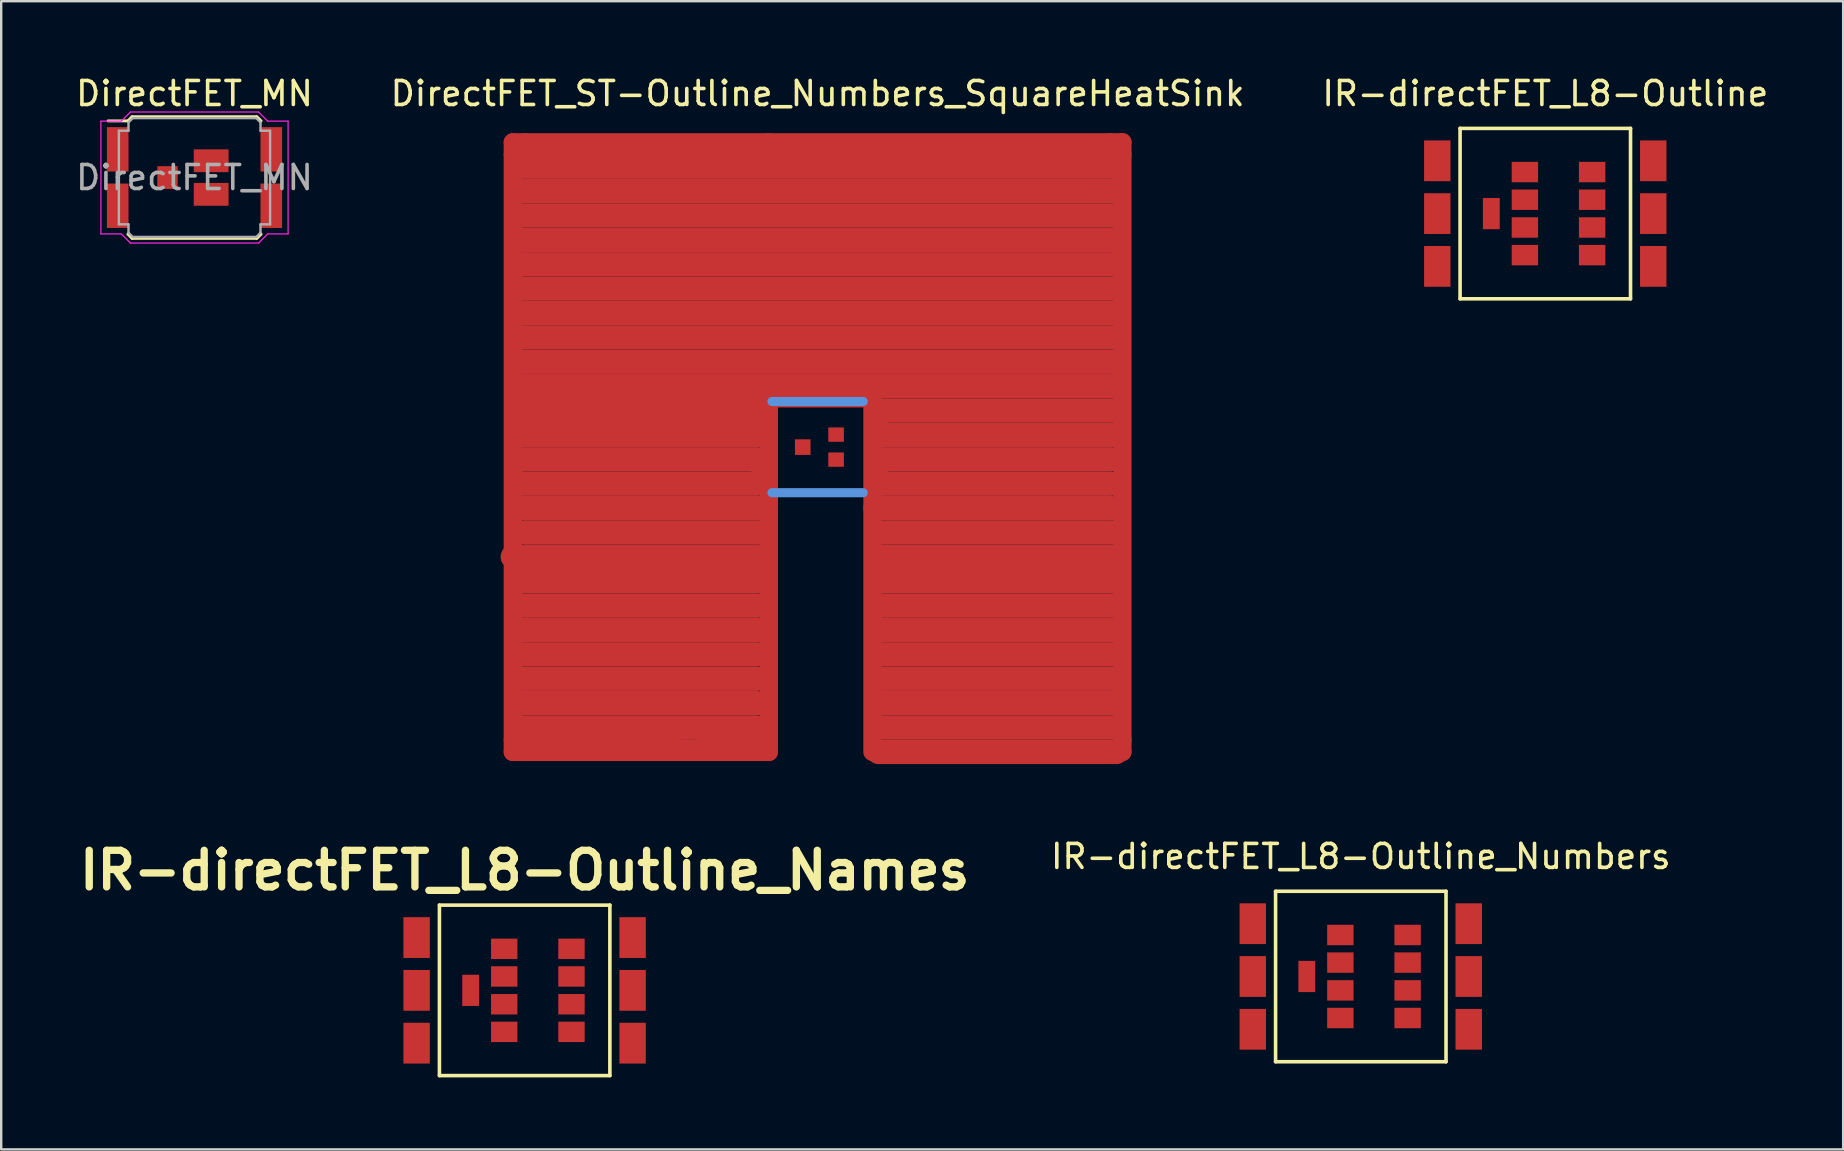
<source format=kicad_pcb>
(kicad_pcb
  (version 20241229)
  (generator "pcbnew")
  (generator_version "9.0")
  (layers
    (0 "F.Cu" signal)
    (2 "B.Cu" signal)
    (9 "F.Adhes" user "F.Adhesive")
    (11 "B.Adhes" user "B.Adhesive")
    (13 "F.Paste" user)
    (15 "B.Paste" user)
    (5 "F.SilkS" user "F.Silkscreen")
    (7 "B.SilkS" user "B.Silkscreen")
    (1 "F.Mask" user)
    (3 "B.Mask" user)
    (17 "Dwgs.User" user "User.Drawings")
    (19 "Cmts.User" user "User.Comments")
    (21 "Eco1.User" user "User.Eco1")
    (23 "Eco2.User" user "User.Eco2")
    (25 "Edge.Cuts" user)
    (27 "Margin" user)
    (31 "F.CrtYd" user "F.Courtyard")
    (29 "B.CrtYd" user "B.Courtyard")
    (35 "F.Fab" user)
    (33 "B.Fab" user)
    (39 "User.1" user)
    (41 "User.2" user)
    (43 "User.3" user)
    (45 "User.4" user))
  (footprint "IR-directFET_L8-Outline_Numbers"
    (layer "F.Cu")
    (at 53.651 37.638)
    (property "Reference" "IR-directFET_L8-Outline_Numbers" (at 0 -5.001 0) (layer "F.SilkS") (effects (font (size 1 1) (thickness 0.15))))
    (attr through_hole)
    (fp_line (start -3.551 -3.551) (end 3.551 -3.551) (stroke (width 0.15) (type solid)) (layer "F.SilkS"))
    (fp_line (start -3.551 3.551) (end -3.551 -3.551) (stroke (width 0.15) (type solid)) (layer "F.SilkS"))
    (fp_line (start 3.551 -3.551) (end 3.551 3.551) (stroke (width 0.15) (type solid)) (layer "F.SilkS"))
    (fp_line (start 3.551 3.551) (end -3.551 3.551) (stroke (width 0.15) (type solid)) (layer "F.SilkS"))
    (pad "1" smd rect (at 4.498 -2.2) (size 1.1 1.699) (layers "F.Cu" "F.Mask" "F.Paste"))
    (pad "2" smd rect (at 4.498 0) (size 1.1 1.699) (layers "F.Cu" "F.Mask" "F.Paste"))
    (pad "3" smd rect (at 4.498 2.2) (size 1.1 1.699) (layers "F.Cu" "F.Mask" "F.Paste"))
    (pad "4" smd rect (at 1.951 -1.73) (size 1.1 0.851) (layers "F.Cu" "F.Mask" "F.Paste"))
    (pad "5" smd rect (at 1.951 -0.579) (size 1.1 0.851) (layers "F.Cu" "F.Mask" "F.Paste"))
    (pad "6" smd rect (at 1.951 0.579) (size 1.1 0.851) (layers "F.Cu" "F.Mask" "F.Paste"))
    (pad "7" smd rect (at 1.951 1.73) (size 1.1 0.851) (layers "F.Cu" "F.Mask" "F.Paste"))
    (pad "8" smd rect (at -0.851 -1.73) (size 1.1 0.851) (layers "F.Cu" "F.Mask" "F.Paste"))
    (pad "9" smd rect (at -0.851 -0.579) (size 1.1 0.851) (layers "F.Cu" "F.Mask" "F.Paste"))
    (pad "10" smd rect (at -0.851 0.579) (size 1.1 0.851) (layers "F.Cu" "F.Mask" "F.Paste"))
    (pad "11" smd rect (at -0.851 1.73) (size 1.1 0.851) (layers "F.Cu" "F.Mask" "F.Paste"))
    (pad "12" smd rect (at -2.25 0) (size 0.701 1.3) (layers "F.Cu" "F.Mask" "F.Paste"))
    (pad "13" smd rect (at -4.501 -2.2) (size 1.1 1.699) (layers "F.Cu" "F.Mask" "F.Paste"))
    (pad "14" smd rect (at -4.501 0) (size 1.1 1.699) (layers "F.Cu" "F.Mask" "F.Paste"))
    (pad "15" smd rect (at -4.501 2.2) (size 1.1 1.699) (layers "F.Cu" "F.Mask" "F.Paste")))
  (footprint "IR-directFET_L8-Outline_Names"
    (layer "F.Cu")
    (at 18.811 38.216)
    (property "Reference" "IR-directFET_L8-Outline_Names" (at 0 -5.001 0) (layer "F.SilkS") (effects (font (size 1.524 1.524) (thickness 0.305))))
    (attr through_hole)
    (fp_line (start -3.551 -3.551) (end 3.551 -3.551) (stroke (width 0.15) (type solid)) (layer "F.SilkS"))
    (fp_line (start -3.551 3.551) (end -3.551 -3.551) (stroke (width 0.15) (type solid)) (layer "F.SilkS"))
    (fp_line (start 3.551 -3.551) (end 3.551 3.551) (stroke (width 0.15) (type solid)) (layer "F.SilkS"))
    (fp_line (start 3.551 3.551) (end -3.551 3.551) (stroke (width 0.15) (type solid)) (layer "F.SilkS"))
    (pad "D" smd rect (at -4.501 -2.2) (size 1.1 1.699) (layers "F.Cu" "F.Mask" "F.Paste"))
    (pad "D" smd rect (at -4.501 0) (size 1.1 1.699) (layers "F.Cu" "F.Mask" "F.Paste"))
    (pad "D" smd rect (at -4.501 2.2) (size 1.1 1.699) (layers "F.Cu" "F.Mask" "F.Paste"))
    (pad "D" smd rect (at 4.498 -2.2) (size 1.1 1.699) (layers "F.Cu" "F.Mask" "F.Paste"))
    (pad "D" smd rect (at 4.498 0) (size 1.1 1.699) (layers "F.Cu" "F.Mask" "F.Paste"))
    (pad "D" smd rect (at 4.498 2.2) (size 1.1 1.699) (layers "F.Cu" "F.Mask" "F.Paste"))
    (pad "G" smd rect (at -2.25 0) (size 0.701 1.3) (layers "F.Cu" "F.Mask" "F.Paste"))
    (pad "S" smd rect (at -0.851 -1.73) (size 1.1 0.851) (layers "F.Cu" "F.Mask" "F.Paste"))
    (pad "S" smd rect (at -0.851 -0.579) (size 1.1 0.851) (layers "F.Cu" "F.Mask" "F.Paste"))
    (pad "S" smd rect (at -0.851 0.579) (size 1.1 0.851) (layers "F.Cu" "F.Mask" "F.Paste"))
    (pad "S" smd rect (at -0.851 1.73) (size 1.1 0.851) (layers "F.Cu" "F.Mask" "F.Paste"))
    (pad "S" smd rect (at 1.951 -1.73) (size 1.1 0.851) (layers "F.Cu" "F.Mask" "F.Paste"))
    (pad "S" smd rect (at 1.951 -0.579) (size 1.1 0.851) (layers "F.Cu" "F.Mask" "F.Paste"))
    (pad "S" smd rect (at 1.951 0.579) (size 1.1 0.851) (layers "F.Cu" "F.Mask" "F.Paste"))
    (pad "S" smd rect (at 1.951 1.73) (size 1.1 0.851) (layers "F.Cu" "F.Mask" "F.Paste")))
  (footprint "IR-directFET_L8-Outline"
    (layer "F.Cu")
    (at 61.339 5.85)
    (property "Reference" "IR-directFET_L8-Outline" (at 0 -5.001 0) (layer "F.SilkS") (effects (font (size 1 1) (thickness 0.15))))
    (attr through_hole)
    (fp_line (start -3.551 -3.551) (end 3.551 -3.551) (stroke (width 0.15) (type solid)) (layer "F.SilkS"))
    (fp_line (start -3.551 3.551) (end -3.551 -3.551) (stroke (width 0.15) (type solid)) (layer "F.SilkS"))
    (fp_line (start 3.551 -3.551) (end 3.551 3.551) (stroke (width 0.15) (type solid)) (layer "F.SilkS"))
    (fp_line (start 3.551 3.551) (end -3.551 3.551) (stroke (width 0.15) (type solid)) (layer "F.SilkS"))
    (pad "1" smd rect (at 4.498 -2.2) (size 1.1 1.699) (layers "F.Cu" "F.Mask" "F.Paste"))
    (pad "2" smd rect (at 4.498 0) (size 1.1 1.699) (layers "F.Cu" "F.Mask" "F.Paste"))
    (pad "3" smd rect (at 4.498 2.2) (size 1.1 1.699) (layers "F.Cu" "F.Mask" "F.Paste"))
    (pad "4" smd rect (at 1.951 -1.73) (size 1.1 0.851) (layers "F.Cu" "F.Mask" "F.Paste"))
    (pad "5" smd rect (at 1.951 -0.579) (size 1.1 0.851) (layers "F.Cu" "F.Mask" "F.Paste"))
    (pad "6" smd rect (at 1.951 0.579) (size 1.1 0.851) (layers "F.Cu" "F.Mask" "F.Paste"))
    (pad "7" smd rect (at 1.951 1.73) (size 1.1 0.851) (layers "F.Cu" "F.Mask" "F.Paste"))
    (pad "8" smd rect (at -0.851 -1.73) (size 1.1 0.851) (layers "F.Cu" "F.Mask" "F.Paste"))
    (pad "9" smd rect (at -0.851 -0.579) (size 1.1 0.851) (layers "F.Cu" "F.Mask" "F.Paste"))
    (pad "10" smd rect (at -0.851 0.579) (size 1.1 0.851) (layers "F.Cu" "F.Mask" "F.Paste"))
    (pad "11" smd rect (at -0.851 1.73) (size 1.1 0.851) (layers "F.Cu" "F.Mask" "F.Paste"))
    (pad "12" smd rect (at -2.25 0) (size 0.701 1.3) (layers "F.Cu" "F.Mask" "F.Paste"))
    (pad "13" smd rect (at -4.501 -2.2) (size 1.1 1.699) (layers "F.Cu" "F.Mask" "F.Paste"))
    (pad "14" smd rect (at -4.501 0) (size 1.1 1.699) (layers "F.Cu" "F.Mask" "F.Paste"))
    (pad "15" smd rect (at -4.501 2.2) (size 1.1 1.699) (layers "F.Cu" "F.Mask" "F.Paste")))
  (footprint "DirectFET_MN"
    (layer "F.Cu")
    (at 5.054 4.348)
    (property "Reference" "DirectFET_MN" (at 0 -3.5 0) (layer "F.SilkS") (effects (font (size 1 1) (thickness 0.15))))
    (attr through_hole)
    (fp_line (start -2.775 -2.36) (end -3.6 -2.36) (stroke (width 0.12) (type solid)) (layer "F.SilkS"))
    (fp_line (start -2.6 -2.535) (end -2.775 -2.36) (stroke (width 0.12) (type solid)) (layer "F.SilkS"))
    (fp_line (start -2.6 -2.535) (end 2.575 -2.535) (stroke (width 0.12) (type solid)) (layer "F.SilkS"))
    (fp_line (start -2.6 2.535) (end -2.775 2.36) (stroke (width 0.12) (type solid)) (layer "F.SilkS"))
    (fp_line (start -2.6 2.535) (end 2.575 2.535) (stroke (width 0.12) (type solid)) (layer "F.SilkS"))
    (fp_line (start 2.6 -2.535) (end 2.775 -2.36) (stroke (width 0.12) (type solid)) (layer "F.SilkS"))
    (fp_line (start 2.6 2.535) (end 2.775 2.36) (stroke (width 0.12) (type solid)) (layer "F.SilkS"))
    (fp_line (start -3.9 -2.35) (end -3.9 2.35) (stroke (width 0.05) (type solid)) (layer "F.CrtYd"))
    (fp_line (start -3.9 -2.35) (end -3.05 -2.35) (stroke (width 0.05) (type solid)) (layer "F.CrtYd"))
    (fp_line (start -3.9 2.35) (end -3.05 2.35) (stroke (width 0.05) (type solid)) (layer "F.CrtYd"))
    (fp_line (start -2.67 -2.73) (end -3.05 -2.35) (stroke (width 0.05) (type solid)) (layer "F.CrtYd"))
    (fp_line (start -2.67 2.73) (end -3.05 2.35) (stroke (width 0.05) (type solid)) (layer "F.CrtYd"))
    (fp_line (start 2.67 -2.73) (end -2.67 -2.73) (stroke (width 0.05) (type solid)) (layer "F.CrtYd"))
    (fp_line (start 2.67 -2.73) (end 3.05 -2.35) (stroke (width 0.05) (type solid)) (layer "F.CrtYd"))
    (fp_line (start 2.67 2.73) (end -2.67 2.73) (stroke (width 0.05) (type solid)) (layer "F.CrtYd"))
    (fp_line (start 2.67 2.73) (end 3.05 2.35) (stroke (width 0.05) (type solid)) (layer "F.CrtYd"))
    (fp_line (start 3.9 -2.35) (end 3.05 -2.35) (stroke (width 0.05) (type solid)) (layer "F.CrtYd"))
    (fp_line (start 3.9 -2.35) (end 3.9 2.35) (stroke (width 0.05) (type solid)) (layer "F.CrtYd"))
    (fp_line (start 3.9 2.35) (end 3.05 2.35) (stroke (width 0.05) (type solid)) (layer "F.CrtYd"))
    (fp_line (start -3.15 -1.95) (end -3.15 1.95) (stroke (width 0.1) (type solid)) (layer "F.Fab"))
    (fp_line (start -3.15 -1.95) (end -2.75 -1.95) (stroke (width 0.1) (type solid)) (layer "F.Fab"))
    (fp_line (start -3.15 1.95) (end -2.75 1.95) (stroke (width 0.1) (type solid)) (layer "F.Fab"))
    (fp_line (start -2.75 -2.3) (end -2.575 -2.475) (stroke (width 0.1) (type solid)) (layer "F.Fab"))
    (fp_line (start -2.75 -1.95) (end -2.75 -2.3) (stroke (width 0.1) (type solid)) (layer "F.Fab"))
    (fp_line (start -2.75 1.95) (end -2.75 2.3) (stroke (width 0.1) (type solid)) (layer "F.Fab"))
    (fp_line (start -2.75 2.3) (end -2.575 2.475) (stroke (width 0.1) (type solid)) (layer "F.Fab"))
    (fp_line (start -2.575 -2.475) (end 2.575 -2.475) (stroke (width 0.1) (type solid)) (layer "F.Fab"))
    (fp_line (start -2.575 2.475) (end 2.575 2.475) (stroke (width 0.1) (type solid)) (layer "F.Fab"))
    (fp_line (start 2.75 -2.3) (end 2.575 -2.475) (stroke (width 0.1) (type solid)) (layer "F.Fab"))
    (fp_line (start 2.75 -1.95) (end 2.75 -2.3) (stroke (width 0.1) (type solid)) (layer "F.Fab"))
    (fp_line (start 2.75 1.95) (end 2.75 2.3) (stroke (width 0.1) (type solid)) (layer "F.Fab"))
    (fp_line (start 2.75 2.3) (end 2.575 2.475) (stroke (width 0.1) (type solid)) (layer "F.Fab"))
    (fp_line (start 3.15 -1.95) (end 2.75 -1.95) (stroke (width 0.1) (type solid)) (layer "F.Fab"))
    (fp_line (start 3.15 -1.95) (end 3.15 1.95) (stroke (width 0.1) (type solid)) (layer "F.Fab"))
    (fp_line (start 3.15 1.95) (end 2.75 1.95) (stroke (width 0.1) (type solid)) (layer "F.Fab"))
    (fp_text user "${REFERENCE}" (at 0 0 0) (layer "F.Fab") (effects (font (size 1 1) (thickness 0.15))))
    (pad "1" smd rect (at -3.2 -1.175) (size 0.9 1.85) (layers "F.Cu" "F.Mask" "F.Paste"))
    (pad "1" smd rect (at -3.2 1.175) (size 0.9 1.85) (layers "F.Cu" "F.Mask" "F.Paste"))
    (pad "1" smd rect (at 3.2 -1.175) (size 0.9 1.85) (layers "F.Cu" "F.Mask" "F.Paste"))
    (pad "1" smd rect (at 3.2 1.175) (size 0.9 1.85) (layers "F.Cu" "F.Mask" "F.Paste"))
    (pad "2" smd rect (at -1.125 0) (size 0.85 0.95) (layers "F.Cu" "F.Mask" "F.Paste"))
    (pad "3" smd rect (at 0.695 -0.7) (size 1.45 0.95) (layers "F.Cu" "F.Mask" "F.Paste"))
    (pad "3" smd rect (at 0.695 0.7) (size 1.45 0.95) (layers "F.Cu" "F.Mask" "F.Paste")))
  (footprint "DirectFET_ST-Outline_Numbers_SquareHeatSink"
    (layer "F.Cu")
    (at 31.018 15.58)
    (property "Reference" "DirectFET_ST-Outline_Numbers_SquareHeatSink" (at 0 -14.732 0) (layer "F.SilkS") (effects (font (size 1 1) (thickness 0.15))))
    (attr through_hole)
    (fp_line (start -12.7 -12.7) (end -12.7 -12.192) (stroke (width 0.762) (type solid)) (layer "F.Cu"))
    (fp_line (start -12.7 -12.192) (end -12.7 12.192) (stroke (width 0.762) (type solid)) (layer "F.Cu"))
    (fp_line (start -12.7 4.572) (end -2.286 4.572) (stroke (width 1.016) (type solid)) (layer "F.Cu"))
    (fp_line (start -12.7 12.192) (end -12.7 12.7) (stroke (width 0.762) (type solid)) (layer "F.Cu"))
    (fp_line (start -12.7 12.7) (end -12.192 12.7) (stroke (width 0.762) (type solid)) (layer "F.Cu"))
    (fp_line (start -12.446 -12.192) (end 12.446 -12.192) (stroke (width 0.381) (type solid)) (layer "F.Cu"))
    (fp_line (start -12.446 -11.684) (end 12.446 -11.684) (stroke (width 1.016) (type solid)) (layer "F.Cu"))
    (fp_line (start -12.446 -10.668) (end 12.446 -10.668) (stroke (width 1.016) (type solid)) (layer "F.Cu"))
    (fp_line (start -12.446 -9.652) (end 12.446 -9.652) (stroke (width 1.016) (type solid)) (layer "F.Cu"))
    (fp_line (start -12.446 -8.636) (end 12.446 -8.636) (stroke (width 1.016) (type solid)) (layer "F.Cu"))
    (fp_line (start -12.446 -7.62) (end 12.446 -7.62) (stroke (width 1.016) (type solid)) (layer "F.Cu"))
    (fp_line (start -12.446 -6.604) (end 12.446 -6.604) (stroke (width 1.016) (type solid)) (layer "F.Cu"))
    (fp_line (start -12.446 -5.588) (end 12.446 -5.588) (stroke (width 1.016) (type solid)) (layer "F.Cu"))
    (fp_line (start -12.446 -4.572) (end 12.446 -4.572) (stroke (width 1.016) (type solid)) (layer "F.Cu"))
    (fp_line (start -12.446 -3.556) (end 12.446 -3.556) (stroke (width 1.016) (type solid)) (layer "F.Cu"))
    (fp_line (start -12.446 -2.54) (end 12.446 -2.54) (stroke (width 1.016) (type solid)) (layer "F.Cu"))
    (fp_line (start -12.446 -2.032) (end -2.54 -2.032) (stroke (width 0.381) (type solid)) (layer "F.Cu"))
    (fp_line (start -12.446 -1.524) (end -2.54 -1.524) (stroke (width 0.762) (type solid)) (layer "F.Cu"))
    (fp_line (start -12.446 -0.508) (end -2.286 -0.508) (stroke (width 1.016) (type solid)) (layer "F.Cu"))
    (fp_line (start -12.446 0.508) (end -2.54 0.508) (stroke (width 1.016) (type solid)) (layer "F.Cu"))
    (fp_line (start -12.446 1.524) (end -2.54 1.524) (stroke (width 1.016) (type solid)) (layer "F.Cu"))
    (fp_line (start -12.446 2.54) (end -2.286 2.54) (stroke (width 1.016) (type solid)) (layer "F.Cu"))
    (fp_line (start -12.446 5.588) (end -2.286 5.588) (stroke (width 1.016) (type solid)) (layer "F.Cu"))
    (fp_line (start -12.446 6.604) (end -2.54 6.604) (stroke (width 1.016) (type solid)) (layer "F.Cu"))
    (fp_line (start -12.446 7.62) (end -2.286 7.62) (stroke (width 1.016) (type solid)) (layer "F.Cu"))
    (fp_line (start -12.446 8.636) (end -2.54 8.636) (stroke (width 1.016) (type solid)) (layer "F.Cu"))
    (fp_line (start -12.446 9.652) (end -2.54 9.652) (stroke (width 1.016) (type solid)) (layer "F.Cu"))
    (fp_line (start -12.446 10.668) (end -2.54 10.668) (stroke (width 1.016) (type solid)) (layer "F.Cu"))
    (fp_line (start -12.446 11.684) (end -2.54 11.684) (stroke (width 1.016) (type solid)) (layer "F.Cu"))
    (fp_line (start -12.192 -12.7) (end -12.7 -12.7) (stroke (width 0.762) (type solid)) (layer "F.Cu"))
    (fp_line (start -12.192 -1.016) (end -2.286 -1.016) (stroke (width 0.381) (type solid)) (layer "F.Cu"))
    (fp_line (start -12.192 3.556) (end -2.286 3.556) (stroke (width 1.016) (type solid)) (layer "F.Cu"))
    (fp_line (start -12.192 12.192) (end -2.286 12.446) (stroke (width 0.381) (type solid)) (layer "F.Cu"))
    (fp_line (start -12.192 12.7) (end -2.032 12.7) (stroke (width 0.762) (type solid)) (layer "F.Cu"))
    (fp_line (start -4.826 12.192) (end -5.08 12.7) (stroke (width 0.381) (type solid)) (layer "F.Cu"))
    (fp_line (start -2.286 12.192) (end -4.826 12.192) (stroke (width 0.381) (type solid)) (layer "F.Cu"))
    (fp_line (start -2.032 -12.7) (end -12.192 -12.7) (stroke (width 0.762) (type solid)) (layer "F.Cu"))
    (fp_line (start -2.032 -2.032) (end 2.032 -2.032) (stroke (width 0.762) (type solid)) (layer "F.Cu"))
    (fp_line (start -2.032 2.032) (end -2.032 -2.032) (stroke (width 0.762) (type solid)) (layer "F.Cu"))
    (fp_line (start -2.032 2.54) (end -2.032 2.032) (stroke (width 0.762) (type solid)) (layer "F.Cu"))
    (fp_line (start -2.032 2.54) (end -2.032 12.7) (stroke (width 0.762) (type solid)) (layer "F.Cu"))
    (fp_line (start 2.286 -2.032) (end 2.286 2.54) (stroke (width 0.762) (type solid)) (layer "F.Cu"))
    (fp_line (start 2.286 2.54) (end 2.286 12.7) (stroke (width 0.762) (type solid)) (layer "F.Cu"))
    (fp_line (start 2.54 -1.524) (end 12.446 -1.524) (stroke (width 1.016) (type solid)) (layer "F.Cu"))
    (fp_line (start 2.54 -0.508) (end 12.446 -0.508) (stroke (width 1.016) (type solid)) (layer "F.Cu"))
    (fp_line (start 2.54 0.508) (end 12.192 0.508) (stroke (width 1.016) (type solid)) (layer "F.Cu"))
    (fp_line (start 2.54 1.524) (end 12.192 1.524) (stroke (width 1.016) (type solid)) (layer "F.Cu"))
    (fp_line (start 2.54 2.54) (end 12.192 2.54) (stroke (width 1.016) (type solid)) (layer "F.Cu"))
    (fp_line (start 2.54 3.556) (end 12.446 3.556) (stroke (width 1.016) (type solid)) (layer "F.Cu"))
    (fp_line (start 2.54 4.572) (end 12.446 4.572) (stroke (width 1.016) (type solid)) (layer "F.Cu"))
    (fp_line (start 2.54 5.588) (end 12.446 5.588) (stroke (width 1.016) (type solid)) (layer "F.Cu"))
    (fp_line (start 2.54 6.604) (end 12.446 6.604) (stroke (width 1.016) (type solid)) (layer "F.Cu"))
    (fp_line (start 2.54 7.62) (end 12.446 7.62) (stroke (width 1.016) (type solid)) (layer "F.Cu"))
    (fp_line (start 2.54 8.636) (end 12.446 8.636) (stroke (width 1.016) (type solid)) (layer "F.Cu"))
    (fp_line (start 2.54 9.652) (end 12.446 9.652) (stroke (width 1.016) (type solid)) (layer "F.Cu"))
    (fp_line (start 2.54 10.668) (end 12.446 10.668) (stroke (width 1.016) (type solid)) (layer "F.Cu"))
    (fp_line (start 2.54 11.684) (end 12.446 11.684) (stroke (width 1.016) (type solid)) (layer "F.Cu"))
    (fp_line (start 12.192 -12.7) (end -2.032 -12.7) (stroke (width 0.762) (type solid)) (layer "F.Cu"))
    (fp_line (start 12.192 -12.7) (end 12.7 -12.7) (stroke (width 0.762) (type solid)) (layer "F.Cu"))
    (fp_line (start 12.192 12.7) (end 12.7 12.7) (stroke (width 0.762) (type solid)) (layer "F.Cu"))
    (fp_line (start 12.446 12.7) (end 2.54 12.7) (stroke (width 1.016) (type solid)) (layer "F.Cu"))
    (fp_line (start 12.7 -12.7) (end 12.7 -12.192) (stroke (width 0.762) (type solid)) (layer "F.Cu"))
    (fp_line (start 12.7 12.192) (end 12.7 -12.192) (stroke (width 0.762) (type solid)) (layer "F.Cu"))
    (fp_line (start 12.7 12.7) (end 12.7 12.192) (stroke (width 0.762) (type solid)) (layer "F.Cu"))
    (fp_line (start -1.9 -1.9) (end 1.9 -1.9) (stroke (width 0.381) (type solid)) (layer "Cmts.User"))
    (fp_line (start -1.9 1.9) (end 1.9 1.9) (stroke (width 0.381) (type solid)) (layer "Cmts.User"))
    (pad "1" smd rect (at 2.499 -0.82) (size 0.899 1.25) (layers "F.Cu" "F.Mask" "F.Paste"))
    (pad "3" smd rect (at 2.499 0.82) (size 0.899 1.25) (layers "F.Cu" "F.Mask" "F.Paste"))
    (pad "4" smd rect (at 0.77 -0.521) (size 0.65 0.599) (layers "F.Cu" "F.Mask" "F.Paste"))
    (pad "4" smd rect (at 0.77 0.521) (size 0.65 0.599) (layers "F.Cu" "F.Mask" "F.Paste"))
    (pad "5" smd rect (at -0.62 0) (size 0.65 0.65) (layers "F.Cu" "F.Mask" "F.Paste"))
    (pad "6" smd rect (at -2.309 -0.82) (size 0.899 1.25) (layers "F.Cu" "F.Mask" "F.Paste"))
    (pad "7" smd rect (at -2.309 0.82) (size 0.899 1.25) (layers "F.Cu" "F.Mask" "F.Paste")))
  (gr_rect
    (start -3 -3)
    (end 73.75 44.842)
    (stroke (width 0.1) (type default))
    (fill no)
    (layer "Edge.Cuts")))
</source>
